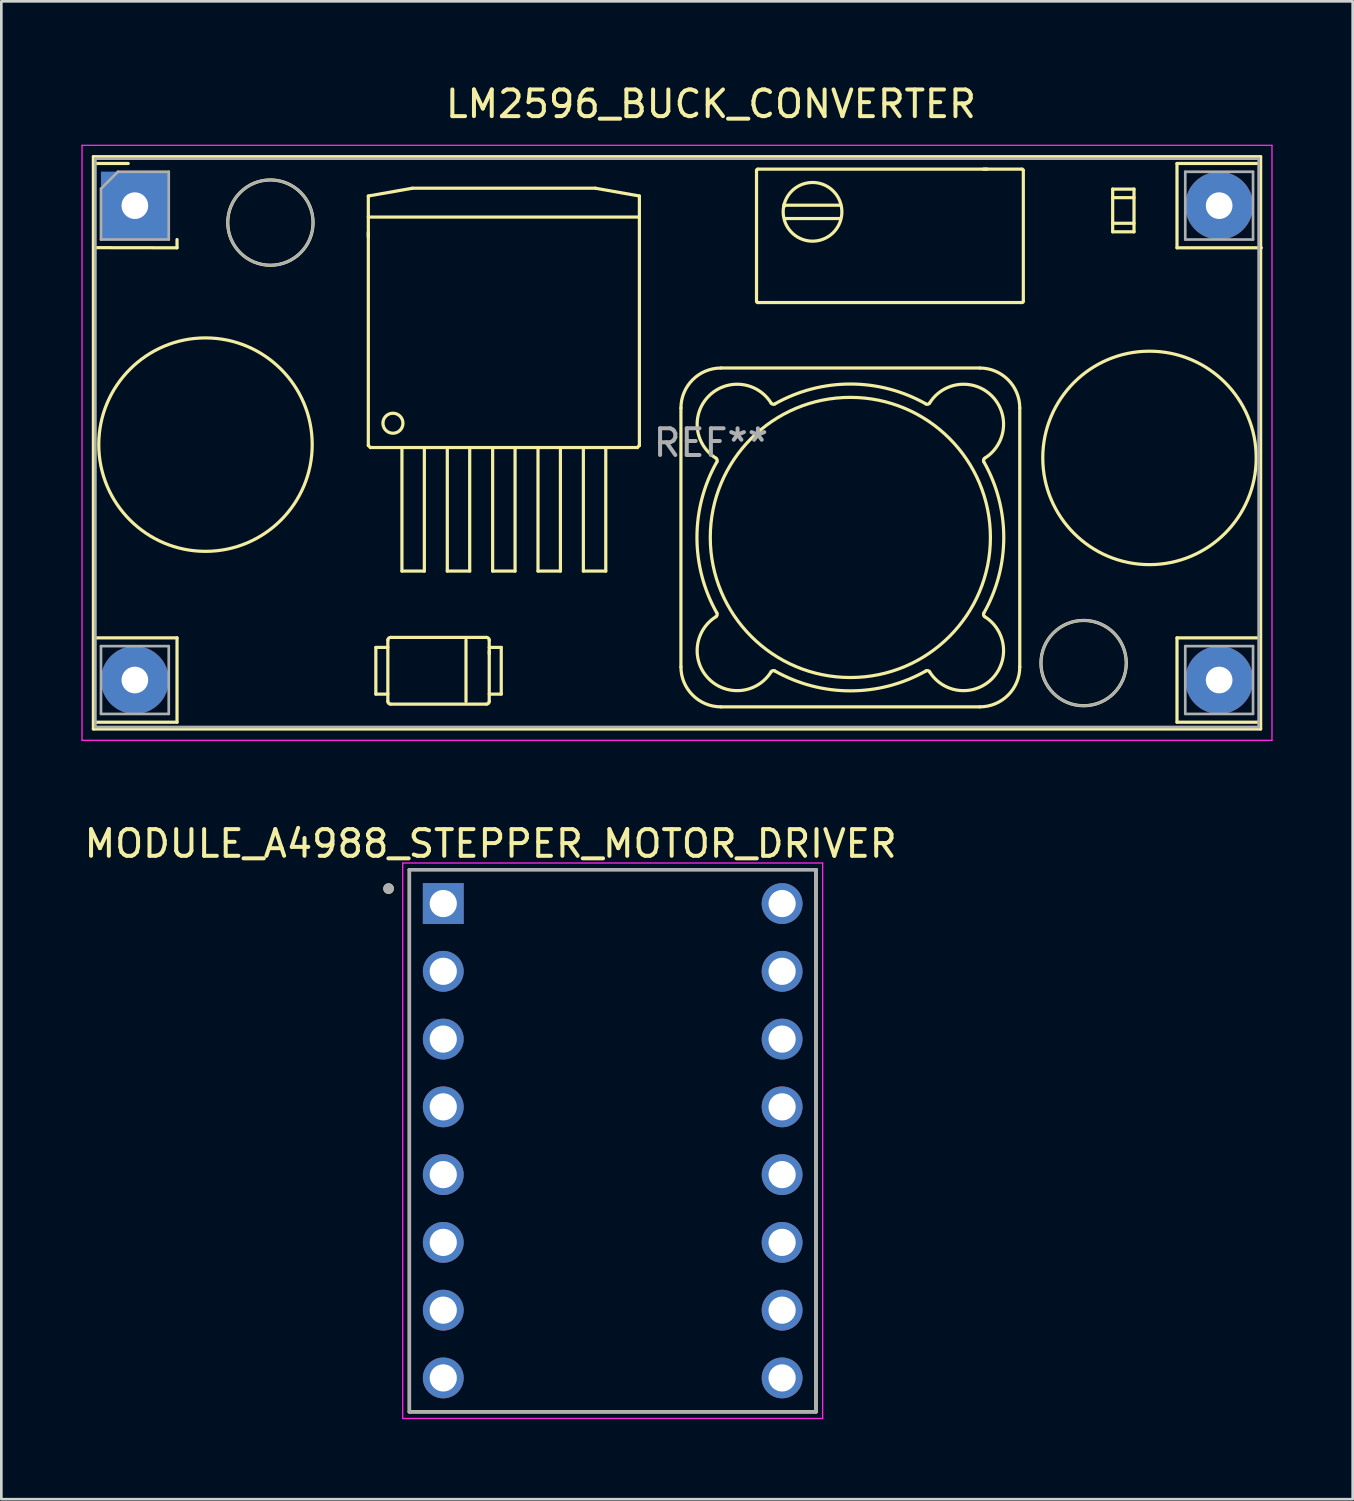
<source format=kicad_pcb>
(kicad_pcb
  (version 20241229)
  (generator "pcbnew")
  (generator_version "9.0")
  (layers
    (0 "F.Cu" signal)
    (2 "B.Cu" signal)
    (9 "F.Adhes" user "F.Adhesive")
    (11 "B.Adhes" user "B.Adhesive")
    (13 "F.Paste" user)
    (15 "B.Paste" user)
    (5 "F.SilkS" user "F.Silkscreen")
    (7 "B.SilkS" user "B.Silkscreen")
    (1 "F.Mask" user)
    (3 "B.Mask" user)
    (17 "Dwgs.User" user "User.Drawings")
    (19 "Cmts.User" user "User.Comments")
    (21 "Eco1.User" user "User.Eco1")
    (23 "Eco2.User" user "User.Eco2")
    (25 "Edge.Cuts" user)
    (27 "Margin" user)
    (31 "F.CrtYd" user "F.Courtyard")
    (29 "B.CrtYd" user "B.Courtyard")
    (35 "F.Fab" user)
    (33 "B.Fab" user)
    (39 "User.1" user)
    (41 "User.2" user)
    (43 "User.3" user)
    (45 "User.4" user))
  (footprint "LM2596_BUCK_CONVERTER"
    (layer "F.Cu")
    (at 2.005 4.658)
    (property "Reference" "LM2596_BUCK_CONVERTER" (at 21.59 -3.81 0) (layer "F.SilkS") (effects (font (size 1 1) (thickness 0.15))))
    (attr through_hole)
    (fp_line (start -1.555 -1.835) (end -1.555 19.615) (stroke (width 0.12) (type solid)) (layer "F.SilkS"))
    (fp_line (start -1.555 19.615) (end 42.195 19.615) (stroke (width 0.12) (type solid)) (layer "F.SilkS"))
    (fp_line (start -1.55 -1.58) (end -0.25 -1.58) (stroke (width 0.12) (type solid)) (layer "F.SilkS"))
    (fp_line (start -1.55 1.575) (end 1.58 1.58) (stroke (width 0.12) (type solid)) (layer "F.SilkS"))
    (fp_line (start -1.55 16.2) (end 1.58 16.2) (stroke (width 0.12) (type solid)) (layer "F.SilkS"))
    (fp_line (start -1.55 19.36) (end 1.58 19.36) (stroke (width 0.12) (type solid)) (layer "F.SilkS"))
    (fp_line (start 1.58 1.27) (end 1.58 1.58) (stroke (width 0.12) (type solid)) (layer "F.SilkS"))
    (fp_line (start 1.58 16.2) (end 1.58 19.36) (stroke (width 0.12) (type solid)) (layer "F.SilkS"))
    (fp_line (start 8.749 1.004) (end 8.749 1.166) (stroke (width 0.12) (type solid)) (layer "F.SilkS"))
    (fp_line (start 8.75 -0.362) (end 10.4 -0.653) (stroke (width 0.12) (type solid)) (layer "F.SilkS"))
    (fp_line (start 8.75 8.989) (end 8.75 -0.362) (stroke (width 0.12) (type solid)) (layer "F.SilkS"))
    (fp_line (start 8.75 8.989) (end 8.828 9.067) (stroke (width 0.12) (type solid)) (layer "F.SilkS"))
    (fp_line (start 8.828 9.067) (end 18.833 9.067) (stroke (width 0.12) (type solid)) (layer "F.SilkS"))
    (fp_line (start 9.032 16.558) (end 9.482 16.558) (stroke (width 0.12) (type solid)) (layer "F.SilkS"))
    (fp_line (start 9.032 18.308) (end 9.032 16.558) (stroke (width 0.12) (type solid)) (layer "F.SilkS"))
    (fp_line (start 9.482 18.308) (end 9.032 18.308) (stroke (width 0.12) (type solid)) (layer "F.SilkS"))
    (fp_line (start 9.482 18.583) (end 9.482 16.283) (stroke (width 0.12) (type solid)) (layer "F.SilkS"))
    (fp_line (start 9.582 16.183) (end 13.182 16.183) (stroke (width 0.12) (type solid)) (layer "F.SilkS"))
    (fp_line (start 10.01 13.697) (end 10.01 9.067) (stroke (width 0.12) (type solid)) (layer "F.SilkS"))
    (fp_line (start 10.01 13.697) (end 10.85 13.697) (stroke (width 0.12) (type solid)) (layer "F.SilkS"))
    (fp_line (start 10.4 -0.653) (end 17.26 -0.653) (stroke (width 0.12) (type solid)) (layer "F.SilkS"))
    (fp_line (start 10.85 13.697) (end 10.85 9.067) (stroke (width 0.12) (type solid)) (layer "F.SilkS"))
    (fp_line (start 11.71 13.697) (end 11.71 9.067) (stroke (width 0.12) (type solid)) (layer "F.SilkS"))
    (fp_line (start 11.71 13.697) (end 12.55 13.697) (stroke (width 0.12) (type solid)) (layer "F.SilkS"))
    (fp_line (start 12.411 16.283) (end 12.411 18.583) (stroke (width 0.12) (type solid)) (layer "F.SilkS"))
    (fp_line (start 12.55 13.697) (end 12.55 9.067) (stroke (width 0.12) (type solid)) (layer "F.SilkS"))
    (fp_line (start 13.182 18.683) (end 9.582 18.683) (stroke (width 0.12) (type solid)) (layer "F.SilkS"))
    (fp_line (start 13.282 16.283) (end 13.282 18.583) (stroke (width 0.12) (type solid)) (layer "F.SilkS"))
    (fp_line (start 13.282 16.558) (end 13.732 16.558) (stroke (width 0.12) (type solid)) (layer "F.SilkS"))
    (fp_line (start 13.283 16.795) (end 13.283 16.7) (stroke (width 0.12) (type solid)) (layer "F.SilkS"))
    (fp_line (start 13.41 13.697) (end 13.41 9.067) (stroke (width 0.12) (type solid)) (layer "F.SilkS"))
    (fp_line (start 13.41 13.697) (end 14.25 13.697) (stroke (width 0.12) (type solid)) (layer "F.SilkS"))
    (fp_line (start 13.732 16.558) (end 13.732 18.308) (stroke (width 0.12) (type solid)) (layer "F.SilkS"))
    (fp_line (start 13.732 18.308) (end 13.282 18.308) (stroke (width 0.12) (type solid)) (layer "F.SilkS"))
    (fp_line (start 14.25 13.697) (end 14.25 9.067) (stroke (width 0.12) (type solid)) (layer "F.SilkS"))
    (fp_line (start 15.11 13.697) (end 15.11 9.067) (stroke (width 0.12) (type solid)) (layer "F.SilkS"))
    (fp_line (start 15.11 13.697) (end 15.95 13.697) (stroke (width 0.12) (type solid)) (layer "F.SilkS"))
    (fp_line (start 15.95 13.697) (end 15.95 9.067) (stroke (width 0.12) (type solid)) (layer "F.SilkS"))
    (fp_line (start 16.81 13.697) (end 16.81 9.067) (stroke (width 0.12) (type solid)) (layer "F.SilkS"))
    (fp_line (start 16.81 13.697) (end 17.65 13.697) (stroke (width 0.12) (type solid)) (layer "F.SilkS"))
    (fp_line (start 17.26 -0.653) (end 18.91 -0.362) (stroke (width 0.12) (type solid)) (layer "F.SilkS"))
    (fp_line (start 17.65 13.697) (end 17.65 9.067) (stroke (width 0.12) (type solid)) (layer "F.SilkS"))
    (fp_line (start 18.833 9.067) (end 18.91 8.989) (stroke (width 0.12) (type solid)) (layer "F.SilkS"))
    (fp_line (start 18.91 0.427) (end 8.75 0.427) (stroke (width 0.12) (type solid)) (layer "F.SilkS"))
    (fp_line (start 18.91 8.989) (end 18.91 -0.362) (stroke (width 0.12) (type solid)) (layer "F.SilkS"))
    (fp_line (start 20.467 7.586) (end 20.467 17.286) (stroke (width 0.12) (type solid)) (layer "F.SilkS"))
    (fp_line (start 21.967 18.786) (end 31.667 18.786) (stroke (width 0.12) (type solid)) (layer "F.SilkS"))
    (fp_line (start 23.3 3.582) (end 23.3 -1.318) (stroke (width 0.12) (type solid)) (layer "F.SilkS"))
    (fp_line (start 23.35 -1.368) (end 33.25 -1.368) (stroke (width 0.12) (type solid)) (layer "F.SilkS"))
    (fp_line (start 24.336 -0.049) (end 24.361 -0.018) (stroke (width 0.12) (type solid)) (layer "F.SilkS"))
    (fp_line (start 24.349 0.007) (end 24.324 0.002) (stroke (width 0.12) (type solid)) (layer "F.SilkS"))
    (fp_line (start 24.349 0.007) (end 24.356 -0.024) (stroke (width 0.12) (type solid)) (layer "F.SilkS"))
    (fp_line (start 24.349 0.007) (end 24.361 -0.018) (stroke (width 0.12) (type solid)) (layer "F.SilkS"))
    (fp_line (start 24.361 0.482) (end 26.439 0.482) (stroke (width 0.12) (type solid)) (layer "F.SilkS"))
    (fp_line (start 26.439 -0.018) (end 24.361 -0.018) (stroke (width 0.12) (type solid)) (layer "F.SilkS"))
    (fp_line (start 31.667 6.086) (end 21.967 6.086) (stroke (width 0.12) (type solid)) (layer "F.SilkS"))
    (fp_line (start 31.859 -1.369) (end 31.814 -1.369) (stroke (width 0.12) (type solid)) (layer "F.SilkS"))
    (fp_line (start 31.942 -1.369) (end 31.908 -1.369) (stroke (width 0.12) (type solid)) (layer "F.SilkS"))
    (fp_line (start 33.167 17.286) (end 33.167 7.586) (stroke (width 0.12) (type solid)) (layer "F.SilkS"))
    (fp_line (start 33.25 3.632) (end 23.35 3.632) (stroke (width 0.12) (type solid)) (layer "F.SilkS"))
    (fp_line (start 33.3 -1.318) (end 33.3 3.582) (stroke (width 0.12) (type solid)) (layer "F.SilkS"))
    (fp_line (start 36.649 -0.3) (end 37.449 -0.3) (stroke (width 0.12) (type solid)) (layer "F.SilkS"))
    (fp_line (start 36.649 0.98) (end 36.649 -0.62) (stroke (width 0.12) (type solid)) (layer "F.SilkS"))
    (fp_line (start 37.449 -0.62) (end 36.649 -0.62) (stroke (width 0.12) (type solid)) (layer "F.SilkS"))
    (fp_line (start 37.449 -0.62) (end 37.449 0.98) (stroke (width 0.12) (type solid)) (layer "F.SilkS"))
    (fp_line (start 37.449 0.66) (end 36.649 0.66) (stroke (width 0.12) (type solid)) (layer "F.SilkS"))
    (fp_line (start 37.449 0.98) (end 36.649 0.98) (stroke (width 0.12) (type solid)) (layer "F.SilkS"))
    (fp_line (start 39.06 -1.58) (end 42.175 -1.58) (stroke (width 0.12) (type solid)) (layer "F.SilkS"))
    (fp_line (start 39.06 1.58) (end 39.06 -1.58) (stroke (width 0.12) (type solid)) (layer "F.SilkS"))
    (fp_line (start 39.06 1.58) (end 42.22 1.58) (stroke (width 0.12) (type solid)) (layer "F.SilkS"))
    (fp_line (start 39.06 16.2) (end 42.175 16.2) (stroke (width 0.12) (type solid)) (layer "F.SilkS"))
    (fp_line (start 39.06 19.36) (end 39.06 16.2) (stroke (width 0.12) (type solid)) (layer "F.SilkS"))
    (fp_line (start 39.06 19.36) (end 42.175 19.36) (stroke (width 0.12) (type solid)) (layer "F.SilkS"))
    (fp_line (start 42.195 -1.835) (end -1.555 -1.835) (stroke (width 0.12) (type solid)) (layer "F.SilkS"))
    (fp_line (start 42.195 19.615) (end 42.195 -1.835) (stroke (width 0.12) (type solid)) (layer "F.SilkS"))
    (fp_arc (start 9.481636 16.283217) (mid 9.510925 16.212506) (end 9.581636 16.183217) (stroke (width 0.12) (type solid)) (layer "F.SilkS"))
    (fp_arc (start 9.581636 18.683217) (mid 9.510925 18.653928) (end 9.481636 18.583217) (stroke (width 0.12) (type solid)) (layer "F.SilkS"))
    (fp_arc (start 13.181636 16.183217) (mid 13.252347 16.212506) (end 13.281636 16.283217) (stroke (width 0.12) (type solid)) (layer "F.SilkS"))
    (fp_arc (start 13.281636 18.583217) (mid 13.252347 18.653928) (end 13.181636 18.683217) (stroke (width 0.12) (type solid)) (layer "F.SilkS"))
    (fp_arc (start 20.467397 7.585796) (mid 20.906737 6.525136) (end 21.967397 6.085796) (stroke (width 0.12) (type solid)) (layer "F.SilkS"))
    (fp_arc (start 21.781131 9.46601) (mid 21.825145 9.526245) (end 21.815218 9.600183) (stroke (width 0.12) (type solid)) (layer "F.SilkS"))
    (fp_arc (start 21.781132 9.466011) (mid 21.514096 7.132496) (end 23.847611 7.399531) (stroke (width 0.12) (type solid)) (layer "F.SilkS"))
    (fp_arc (start 21.815217 15.271409) (mid 21.825145 15.345347) (end 21.781132 15.405582) (stroke (width 0.12) (type solid)) (layer "F.SilkS"))
    (fp_arc (start 21.815218 15.27141) (mid 21.067397 12.435796) (end 21.815218 9.600183) (stroke (width 0.12) (type solid)) (layer "F.SilkS"))
    (fp_arc (start 21.967397 18.785796) (mid 20.906737 18.346456) (end 20.467397 17.285796) (stroke (width 0.12) (type solid)) (layer "F.SilkS"))
    (fp_arc (start 23.299783 -1.317705) (mid 23.314428 -1.35306) (end 23.349783 -1.367705) (stroke (width 0.12) (type solid)) (layer "F.SilkS"))
    (fp_arc (start 23.349783 3.632294) (mid 23.314428 3.617649) (end 23.299783 3.582294) (stroke (width 0.12) (type solid)) (layer "F.SilkS"))
    (fp_arc (start 23.847611 17.472062) (mid 21.514095 17.739097) (end 21.781132 15.405582) (stroke (width 0.12) (type solid)) (layer "F.SilkS"))
    (fp_arc (start 23.847611 17.472062) (mid 23.907845 17.428049) (end 23.981783 17.437976) (stroke (width 0.12) (type solid)) (layer "F.SilkS"))
    (fp_arc (start 23.981783 7.433617) (mid 23.907845 7.443544) (end 23.847611 7.399531) (stroke (width 0.12) (type solid)) (layer "F.SilkS"))
    (fp_arc (start 23.981784 7.433617) (mid 26.817397 6.685796) (end 29.653011 7.433617) (stroke (width 0.12) (type solid)) (layer "F.SilkS"))
    (fp_arc (start 24.324148 0.462527) (mid 26.469605 -0.023594) (end 24.336385 0.51369) (stroke (width 0.12) (type solid)) (layer "F.SilkS"))
    (fp_arc (start 29.653011 17.437976) (mid 26.817397 18.185797) (end 23.981783 17.437976) (stroke (width 0.12) (type solid)) (layer "F.SilkS"))
    (fp_arc (start 29.653011 17.437976) (mid 29.726949 17.428049) (end 29.787183 17.472062) (stroke (width 0.12) (type solid)) (layer "F.SilkS"))
    (fp_arc (start 29.787183 7.399531) (mid 29.726949 7.443544) (end 29.653011 7.433617) (stroke (width 0.12) (type solid)) (layer "F.SilkS"))
    (fp_arc (start 29.787183 7.399531) (mid 32.120699 7.132496) (end 31.853662 9.466011) (stroke (width 0.12) (type solid)) (layer "F.SilkS"))
    (fp_arc (start 31.667397 6.085796) (mid 32.728057 6.525136) (end 33.167397 7.585796) (stroke (width 0.12) (type solid)) (layer "F.SilkS"))
    (fp_arc (start 31.819576 9.600183) (mid 32.567397 12.435796) (end 31.819576 15.27141) (stroke (width 0.12) (type solid)) (layer "F.SilkS"))
    (fp_arc (start 31.819577 9.600184) (mid 31.809649 9.526246) (end 31.853662 9.466011) (stroke (width 0.12) (type solid)) (layer "F.SilkS"))
    (fp_arc (start 31.853662 15.405582) (mid 32.120698 17.739097) (end 29.787183 17.472062) (stroke (width 0.12) (type solid)) (layer "F.SilkS"))
    (fp_arc (start 31.853663 15.405583) (mid 31.809649 15.345348) (end 31.819576 15.27141) (stroke (width 0.12) (type solid)) (layer "F.SilkS"))
    (fp_arc (start 33.167397 17.285796) (mid 32.728057 18.346456) (end 31.667397 18.785796) (stroke (width 0.12) (type solid)) (layer "F.SilkS"))
    (fp_arc (start 33.249783 -1.367705) (mid 33.285138 -1.35306) (end 33.299783 -1.317705) (stroke (width 0.12) (type solid)) (layer "F.SilkS"))
    (fp_arc (start 33.299783 3.582294) (mid 33.285138 3.617649) (end 33.249783 3.632294) (stroke (width 0.12) (type solid)) (layer "F.SilkS"))
    (fp_circle (center 2.647 8.957) (end 6.647 8.957) (stroke (width 0.12) (type solid)) (fill no) (layer "F.SilkS"))
    (fp_circle (center 5.08 0.635) (end 6.679 0.635) (stroke (width 0.12) (type solid)) (fill no) (layer "F.SilkS"))
    (fp_circle (center 9.673 8.155) (end 10.048 8.155) (stroke (width 0.12) (type solid)) (fill no) (layer "F.SilkS"))
    (fp_circle (center 26.817 12.436) (end 32.067 12.436) (stroke (width 0.12) (type solid)) (fill no) (layer "F.SilkS"))
    (fp_circle (center 35.56 17.145) (end 37.159 17.145) (stroke (width 0.12) (type solid)) (fill no) (layer "F.SilkS"))
    (fp_circle (center 38.029 9.455) (end 42.029 9.455) (stroke (width 0.12) (type solid)) (fill no) (layer "F.SilkS"))
    (fp_line (start -1.98 -2.26) (end 42.62 -2.26) (stroke (width 0.05) (type solid)) (layer "F.CrtYd"))
    (fp_line (start -1.98 20.04) (end -1.98 -2.26) (stroke (width 0.05) (type solid)) (layer "F.CrtYd"))
    (fp_line (start 42.62 -2.26) (end 42.62 20.04) (stroke (width 0.05) (type solid)) (layer "F.CrtYd"))
    (fp_line (start 42.62 20.04) (end -1.98 20.04) (stroke (width 0.05) (type solid)) (layer "F.CrtYd"))
    (fp_line (start -1.48 -1.76) (end -1.48 19.54) (stroke (width 0.1) (type solid)) (layer "F.Fab"))
    (fp_line (start -1.48 19.54) (end 42.12 19.54) (stroke (width 0.1) (type solid)) (layer "F.Fab"))
    (fp_line (start -1.27 -0.635) (end -0.635 -1.27) (stroke (width 0.1) (type solid)) (layer "F.Fab"))
    (fp_line (start -1.27 1.27) (end -1.27 -0.635) (stroke (width 0.1) (type solid)) (layer "F.Fab"))
    (fp_line (start -1.27 16.51) (end 1.27 16.51) (stroke (width 0.1) (type solid)) (layer "F.Fab"))
    (fp_line (start -1.27 19.05) (end -1.27 16.51) (stroke (width 0.1) (type solid)) (layer "F.Fab"))
    (fp_line (start -0.635 -1.27) (end 1.27 -1.27) (stroke (width 0.1) (type solid)) (layer "F.Fab"))
    (fp_line (start 1.27 -1.27) (end 1.27 1.27) (stroke (width 0.1) (type solid)) (layer "F.Fab"))
    (fp_line (start 1.27 1.27) (end -1.27 1.27) (stroke (width 0.1) (type solid)) (layer "F.Fab"))
    (fp_line (start 1.27 16.51) (end 1.27 19.05) (stroke (width 0.1) (type solid)) (layer "F.Fab"))
    (fp_line (start 1.27 19.05) (end -1.27 19.05) (stroke (width 0.1) (type solid)) (layer "F.Fab"))
    (fp_line (start 39.37 -1.27) (end 41.91 -1.27) (stroke (width 0.1) (type solid)) (layer "F.Fab"))
    (fp_line (start 39.37 1.27) (end 39.37 -1.27) (stroke (width 0.1) (type solid)) (layer "F.Fab"))
    (fp_line (start 39.37 16.51) (end 41.91 16.51) (stroke (width 0.1) (type solid)) (layer "F.Fab"))
    (fp_line (start 39.37 19.05) (end 39.37 16.51) (stroke (width 0.1) (type solid)) (layer "F.Fab"))
    (fp_line (start 41.91 -1.27) (end 41.91 1.27) (stroke (width 0.1) (type solid)) (layer "F.Fab"))
    (fp_line (start 41.91 1.27) (end 39.37 1.27) (stroke (width 0.1) (type solid)) (layer "F.Fab"))
    (fp_line (start 41.91 16.51) (end 41.91 19.05) (stroke (width 0.1) (type solid)) (layer "F.Fab"))
    (fp_line (start 41.91 19.05) (end 39.37 19.05) (stroke (width 0.1) (type solid)) (layer "F.Fab"))
    (fp_line (start 42.12 -1.76) (end -1.48 -1.76) (stroke (width 0.1) (type solid)) (layer "F.Fab"))
    (fp_line (start 42.12 19.54) (end 42.12 -1.76) (stroke (width 0.1) (type solid)) (layer "F.Fab"))
    (fp_circle (center 5.08 0.635) (end 6.679 0.635) (stroke (width 0.1) (type solid)) (fill no) (layer "F.Fab"))
    (fp_circle (center 35.56 17.145) (end 37.159 17.145) (stroke (width 0.1) (type solid)) (fill no) (layer "F.Fab"))
    (fp_text user "REF**" (at 21.59 8.89 0) (layer "F.Fab") (effects (font (size 1 1) (thickness 0.15))))
    (pad "1" thru_hole rect (at 0 0) (size 2.54 2.54) (drill 1) (layers "*.Cu" "*.Mask"))
    (pad "2" thru_hole circle (at 0 17.78) (size 2.54 2.54) (drill 1) (layers "*.Cu" "*.Mask"))
    (pad "3" thru_hole circle (at 40.64 17.78) (size 2.54 2.54) (drill 1) (layers "*.Cu" "*.Mask"))
    (pad "4" thru_hole circle (at 40.64 0) (size 2.54 2.54) (drill 1) (layers "*.Cu" "*.Mask")))
  (footprint "MODULE_A4988_STEPPER_MOTOR_DRIVER"
    (layer "F.Cu")
    (at 19.914 39.706)
    (property "Reference" "MODULE_A4988_STEPPER_MOTOR_DRIVER" (at -4.575 -11.135 0) (layer "F.SilkS") (effects (font (size 1 1) (thickness 0.15))))
    (attr through_hole)
    (fp_line (start -7.62 -10.16) (end 7.62 -10.16) (stroke (width 0.127) (type solid)) (layer "F.SilkS"))
    (fp_line (start -7.62 10.16) (end -7.62 -10.16) (stroke (width 0.127) (type solid)) (layer "F.SilkS"))
    (fp_line (start 7.62 -10.16) (end 7.62 10.16) (stroke (width 0.127) (type solid)) (layer "F.SilkS"))
    (fp_line (start 7.62 10.16) (end -7.62 10.16) (stroke (width 0.127) (type solid)) (layer "F.SilkS"))
    (fp_circle (center -8.4 -9.45) (end -8.3 -9.45) (stroke (width 0.2) (type solid)) (fill no) (layer "F.SilkS"))
    (fp_line (start -7.87 -10.41) (end -7.87 10.41) (stroke (width 0.05) (type solid)) (layer "F.CrtYd"))
    (fp_line (start -7.87 10.41) (end 7.87 10.41) (stroke (width 0.05) (type solid)) (layer "F.CrtYd"))
    (fp_line (start 7.87 -10.41) (end -7.87 -10.41) (stroke (width 0.05) (type solid)) (layer "F.CrtYd"))
    (fp_line (start 7.87 10.41) (end 7.87 -10.41) (stroke (width 0.05) (type solid)) (layer "F.CrtYd"))
    (fp_line (start -7.62 -10.16) (end 7.62 -10.16) (stroke (width 0.127) (type solid)) (layer "F.Fab"))
    (fp_line (start -7.62 10.16) (end -7.62 -10.16) (stroke (width 0.127) (type solid)) (layer "F.Fab"))
    (fp_line (start 7.62 -10.16) (end 7.62 10.16) (stroke (width 0.127) (type solid)) (layer "F.Fab"))
    (fp_line (start 7.62 10.16) (end -7.62 10.16) (stroke (width 0.127) (type solid)) (layer "F.Fab"))
    (fp_circle (center -8.4 -9.45) (end -8.3 -9.45) (stroke (width 0.2) (type solid)) (fill no) (layer "F.Fab"))
    (pad "1" thru_hole rect (at -6.35 -8.89) (size 1.53 1.53) (drill 1.02) (layers "*.Cu" "*.Mask"))
    (pad "2" thru_hole circle (at -6.35 -6.35) (size 1.53 1.53) (drill 1.02) (layers "*.Cu" "*.Mask"))
    (pad "3" thru_hole circle (at -6.35 -3.81) (size 1.53 1.53) (drill 1.02) (layers "*.Cu" "*.Mask"))
    (pad "4" thru_hole circle (at -6.35 -1.27) (size 1.53 1.53) (drill 1.02) (layers "*.Cu" "*.Mask"))
    (pad "5" thru_hole circle (at -6.35 1.27) (size 1.53 1.53) (drill 1.02) (layers "*.Cu" "*.Mask"))
    (pad "6" thru_hole circle (at -6.35 3.81) (size 1.53 1.53) (drill 1.02) (layers "*.Cu" "*.Mask"))
    (pad "7" thru_hole circle (at -6.35 6.35) (size 1.53 1.53) (drill 1.02) (layers "*.Cu" "*.Mask"))
    (pad "8" thru_hole circle (at -6.35 8.89) (size 1.53 1.53) (drill 1.02) (layers "*.Cu" "*.Mask"))
    (pad "9" thru_hole circle (at 6.35 8.89) (size 1.53 1.53) (drill 1.02) (layers "*.Cu" "*.Mask"))
    (pad "10" thru_hole circle (at 6.35 6.35) (size 1.53 1.53) (drill 1.02) (layers "*.Cu" "*.Mask"))
    (pad "11" thru_hole circle (at 6.35 3.81) (size 1.53 1.53) (drill 1.02) (layers "*.Cu" "*.Mask"))
    (pad "12" thru_hole circle (at 6.35 1.27) (size 1.53 1.53) (drill 1.02) (layers "*.Cu" "*.Mask"))
    (pad "13" thru_hole circle (at 6.35 -1.27) (size 1.53 1.53) (drill 1.02) (layers "*.Cu" "*.Mask"))
    (pad "14" thru_hole circle (at 6.35 -3.81) (size 1.53 1.53) (drill 1.02) (layers "*.Cu" "*.Mask"))
    (pad "15" thru_hole circle (at 6.35 -6.35) (size 1.53 1.53) (drill 1.02) (layers "*.Cu" "*.Mask"))
    (pad "16" thru_hole circle (at 6.35 -8.89) (size 1.53 1.53) (drill 1.02) (layers "*.Cu" "*.Mask")))
  (gr_rect
    (start -3 -3)
    (end 47.65 53.142)
    (stroke (width 0.1) (type default))
    (fill no)
    (layer "Edge.Cuts")))
</source>
